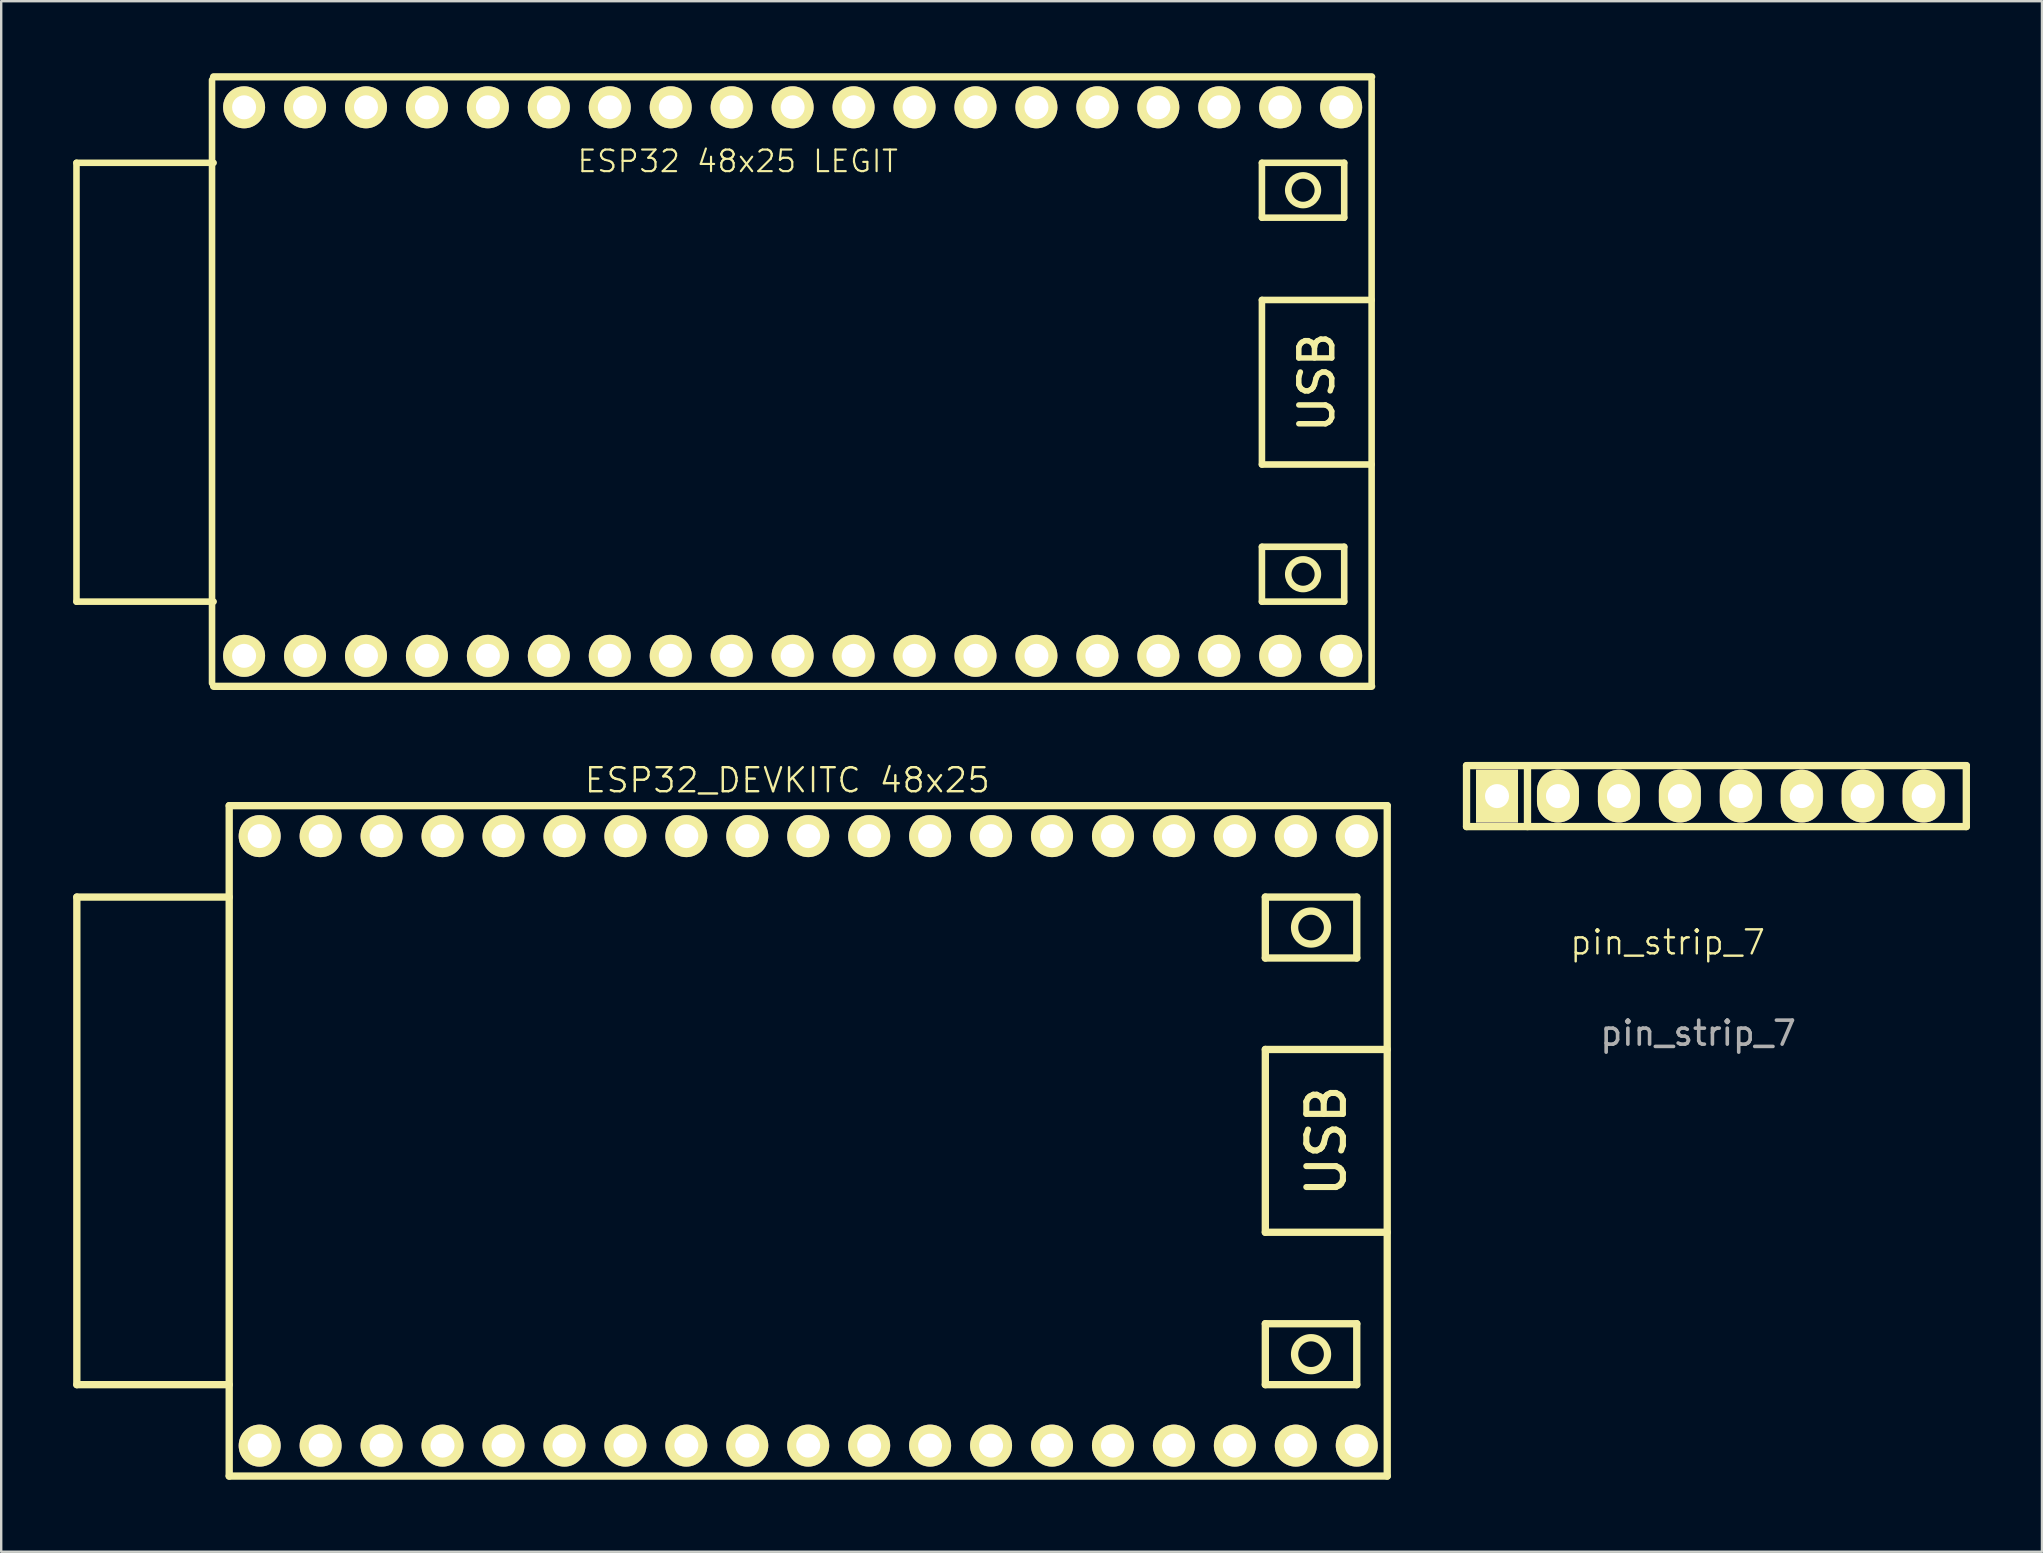
<source format=kicad_pcb>
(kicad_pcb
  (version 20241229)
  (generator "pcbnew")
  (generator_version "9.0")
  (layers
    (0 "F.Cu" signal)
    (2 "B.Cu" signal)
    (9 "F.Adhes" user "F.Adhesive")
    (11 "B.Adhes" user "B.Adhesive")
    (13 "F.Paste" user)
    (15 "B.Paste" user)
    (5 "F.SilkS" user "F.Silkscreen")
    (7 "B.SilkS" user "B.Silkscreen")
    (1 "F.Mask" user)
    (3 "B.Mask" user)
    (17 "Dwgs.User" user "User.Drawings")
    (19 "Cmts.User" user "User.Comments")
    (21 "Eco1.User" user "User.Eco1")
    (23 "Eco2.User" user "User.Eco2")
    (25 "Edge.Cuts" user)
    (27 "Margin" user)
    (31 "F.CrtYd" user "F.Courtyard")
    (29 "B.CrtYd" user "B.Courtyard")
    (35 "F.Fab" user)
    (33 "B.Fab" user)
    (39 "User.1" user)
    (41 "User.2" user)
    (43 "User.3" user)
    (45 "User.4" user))
  (footprint "ESP32_DEVKITC 48x25"
    (layer "F.Cu")
    (at 29.762 44.465)
    (property "Reference" "ESP32_DEVKITC 48x25" (at 0 -15 0) (unlocked yes) (layer "F.SilkS") (effects (font (size 1 1) (thickness 0.1))))
    (attr through_hole)
    (fp_line (start -29.61 -10.13) (end -29.61 10.19) (stroke (width 0.305) (type solid)) (layer "F.SilkS"))
    (fp_line (start -29.61 -10.13) (end -23.26 -10.13) (stroke (width 0.305) (type solid)) (layer "F.SilkS"))
    (fp_line (start -29.61 10.19) (end -23.26 10.19) (stroke (width 0.305) (type solid)) (layer "F.SilkS"))
    (fp_line (start -23.26 -13.94) (end -23.26 14) (stroke (width 0.305) (type solid)) (layer "F.SilkS"))
    (fp_line (start -23.26 -13.94) (end 25 -13.94) (stroke (width 0.305) (type solid)) (layer "F.SilkS"))
    (fp_line (start 19.92 -10.13) (end 19.92 -7.59) (stroke (width 0.305) (type solid)) (layer "F.SilkS"))
    (fp_line (start 19.92 -7.59) (end 23.73 -7.59) (stroke (width 0.305) (type solid)) (layer "F.SilkS"))
    (fp_line (start 19.92 -3.78) (end 19.92 3.84) (stroke (width 0.305) (type solid)) (layer "F.SilkS"))
    (fp_line (start 19.92 3.84) (end 25 3.84) (stroke (width 0.305) (type solid)) (layer "F.SilkS"))
    (fp_line (start 19.92 7.65) (end 23.73 7.65) (stroke (width 0.305) (type solid)) (layer "F.SilkS"))
    (fp_line (start 19.92 10.19) (end 19.92 7.65) (stroke (width 0.305) (type solid)) (layer "F.SilkS"))
    (fp_line (start 23.73 -10.13) (end 19.92 -10.13) (stroke (width 0.305) (type solid)) (layer "F.SilkS"))
    (fp_line (start 23.73 -7.59) (end 23.73 -10.13) (stroke (width 0.305) (type solid)) (layer "F.SilkS"))
    (fp_line (start 23.73 7.65) (end 23.73 10.19) (stroke (width 0.305) (type solid)) (layer "F.SilkS"))
    (fp_line (start 23.73 10.19) (end 19.92 10.19) (stroke (width 0.305) (type solid)) (layer "F.SilkS"))
    (fp_line (start 25 -3.78) (end 19.92 -3.78) (stroke (width 0.305) (type solid)) (layer "F.SilkS"))
    (fp_line (start 25 14) (end -23.26 14) (stroke (width 0.305) (type solid)) (layer "F.SilkS"))
    (fp_line (start 25 14) (end 25 -13.94) (stroke (width 0.305) (type solid)) (layer "F.SilkS"))
    (fp_circle (center 21.825 -8.86) (end 22.396 -8.479) (stroke (width 0.305) (type solid)) (fill no) (layer "F.SilkS"))
    (fp_circle (center 21.825 8.92) (end 22.396 9.301) (stroke (width 0.305) (type solid)) (fill no) (layer "F.SilkS"))
    (fp_text user "USB" (at 22.46 0.03 90) (layer "F.SilkS") (effects (font (size 1.524 1.524) (thickness 0.254))))
    (pad "1" thru_hole circle (at -21.99 12.73) (size 1.75 1.75) (drill 1) (layers "*.Cu" "*.Mask" "F.SilkS"))
    (pad "2" thru_hole circle (at -19.45 12.73) (size 1.75 1.75) (drill 1) (layers "*.Cu" "*.Mask" "F.SilkS"))
    (pad "3" thru_hole circle (at -16.91 12.73) (size 1.75 1.75) (drill 1) (layers "*.Cu" "*.Mask" "F.SilkS"))
    (pad "4" thru_hole circle (at -14.37 12.73) (size 1.75 1.75) (drill 1) (layers "*.Cu" "*.Mask" "F.SilkS"))
    (pad "5" thru_hole circle (at -11.83 12.73) (size 1.75 1.75) (drill 1) (layers "*.Cu" "*.Mask" "F.SilkS"))
    (pad "6" thru_hole circle (at -9.29 12.73) (size 1.75 1.75) (drill 1) (layers "*.Cu" "*.Mask" "F.SilkS"))
    (pad "7" thru_hole circle (at -6.75 12.73) (size 1.75 1.75) (drill 1) (layers "*.Cu" "*.Mask" "F.SilkS"))
    (pad "8" thru_hole circle (at -4.21 12.73) (size 1.75 1.75) (drill 1) (layers "*.Cu" "*.Mask" "F.SilkS"))
    (pad "9" thru_hole circle (at -1.67 12.73) (size 1.75 1.75) (drill 1) (layers "*.Cu" "*.Mask" "F.SilkS"))
    (pad "10" thru_hole circle (at 0.87 12.73) (size 1.75 1.75) (drill 1) (layers "*.Cu" "*.Mask" "F.SilkS"))
    (pad "11" thru_hole circle (at 3.41 12.73) (size 1.75 1.75) (drill 1) (layers "*.Cu" "*.Mask" "F.SilkS"))
    (pad "12" thru_hole circle (at 5.95 12.73) (size 1.75 1.75) (drill 1) (layers "*.Cu" "*.Mask" "F.SilkS"))
    (pad "13" thru_hole circle (at 8.49 12.73) (size 1.75 1.75) (drill 1) (layers "*.Cu" "*.Mask" "F.SilkS"))
    (pad "14" thru_hole circle (at 11.03 12.73) (size 1.75 1.75) (drill 1) (layers "*.Cu" "*.Mask" "F.SilkS"))
    (pad "15" thru_hole circle (at 13.57 12.73) (size 1.75 1.75) (drill 1) (layers "*.Cu" "*.Mask" "F.SilkS"))
    (pad "16" thru_hole circle (at 16.11 12.73) (size 1.75 1.75) (drill 1) (layers "*.Cu" "*.Mask" "F.SilkS"))
    (pad "17" thru_hole circle (at 18.65 12.73) (size 1.75 1.75) (drill 1) (layers "*.Cu" "*.Mask" "F.SilkS"))
    (pad "18" thru_hole circle (at 21.19 12.73) (size 1.75 1.75) (drill 1) (layers "*.Cu" "*.Mask" "F.SilkS"))
    (pad "19" thru_hole circle (at 23.73 12.73) (size 1.75 1.75) (drill 1) (layers "*.Cu" "*.Mask" "F.SilkS"))
    (pad "20" thru_hole circle (at 23.73 -12.67 180) (size 1.75 1.75) (drill 1) (layers "*.Cu" "*.Mask" "F.SilkS"))
    (pad "21" thru_hole circle (at 21.19 -12.67 180) (size 1.75 1.75) (drill 1) (layers "*.Cu" "*.Mask" "F.SilkS"))
    (pad "22" thru_hole circle (at 18.65 -12.67 180) (size 1.75 1.75) (drill 1) (layers "*.Cu" "*.Mask" "F.SilkS"))
    (pad "23" thru_hole circle (at 16.11 -12.67 180) (size 1.75 1.75) (drill 1) (layers "*.Cu" "*.Mask" "F.SilkS"))
    (pad "24" thru_hole circle (at 13.57 -12.67 180) (size 1.75 1.75) (drill 1) (layers "*.Cu" "*.Mask" "F.SilkS"))
    (pad "25" thru_hole circle (at 11.03 -12.67 180) (size 1.75 1.75) (drill 1) (layers "*.Cu" "*.Mask" "F.SilkS"))
    (pad "26" thru_hole circle (at 8.49 -12.67 180) (size 1.75 1.75) (drill 1) (layers "*.Cu" "*.Mask" "F.SilkS"))
    (pad "27" thru_hole circle (at 5.95 -12.67 180) (size 1.75 1.75) (drill 1) (layers "*.Cu" "*.Mask" "F.SilkS"))
    (pad "28" thru_hole circle (at 3.41 -12.67 180) (size 1.75 1.75) (drill 1) (layers "*.Cu" "*.Mask" "F.SilkS"))
    (pad "29" thru_hole circle (at 0.87 -12.67 180) (size 1.75 1.75) (drill 1) (layers "*.Cu" "*.Mask" "F.SilkS"))
    (pad "30" thru_hole circle (at -1.67 -12.67 180) (size 1.75 1.75) (drill 1) (layers "*.Cu" "*.Mask" "F.SilkS"))
    (pad "31" thru_hole circle (at -4.21 -12.67 180) (size 1.75 1.75) (drill 1) (layers "*.Cu" "*.Mask" "F.SilkS"))
    (pad "32" thru_hole circle (at -6.75 -12.67 180) (size 1.75 1.75) (drill 1) (layers "*.Cu" "*.Mask" "F.SilkS"))
    (pad "33" thru_hole circle (at -9.29 -12.67 180) (size 1.75 1.75) (drill 1) (layers "*.Cu" "*.Mask" "F.SilkS"))
    (pad "34" thru_hole circle (at -11.83 -12.67 180) (size 1.75 1.75) (drill 1) (layers "*.Cu" "*.Mask" "F.SilkS"))
    (pad "35" thru_hole circle (at -14.37 -12.67 180) (size 1.75 1.75) (drill 1) (layers "*.Cu" "*.Mask" "F.SilkS"))
    (pad "36" thru_hole circle (at -16.91 -12.67 180) (size 1.75 1.75) (drill 1) (layers "*.Cu" "*.Mask" "F.SilkS"))
    (pad "37" thru_hole circle (at -19.45 -12.67 180) (size 1.75 1.75) (drill 1) (layers "*.Cu" "*.Mask" "F.SilkS"))
    (pad "38" thru_hole circle (at -21.99 -12.67 180) (size 1.75 1.75) (drill 1) (layers "*.Cu" "*.Mask" "F.SilkS")))
  (footprint "pin_strip_7"
    (layer "F.Cu")
    (at 68.227 31.397)
    (property "Reference" "pin_strip_7" (at -1.778 4.826 0) (unlocked yes) (layer "F.SilkS") (effects (font (size 1 1) (thickness 0.1))))
    (attr through_hole)
    (fp_line (start -10.16 -2.54) (end 10.668 -2.54) (stroke (width 0.305) (type solid)) (layer "F.SilkS"))
    (fp_line (start -10.16 0) (end -10.16 -2.54) (stroke (width 0.305) (type solid)) (layer "F.SilkS"))
    (fp_line (start -7.62 -2.54) (end -7.62 0) (stroke (width 0.305) (type solid)) (layer "F.SilkS"))
    (fp_line (start 10.668 -2.54) (end 10.668 0) (stroke (width 0.305) (type solid)) (layer "F.SilkS"))
    (fp_line (start 10.668 0) (end -10.16 0) (stroke (width 0.305) (type solid)) (layer "F.SilkS"))
    (fp_text user "${REFERENCE}" (at -0.508 8.612 0) (unlocked yes) (layer "F.Fab") (effects (font (size 1 1) (thickness 0.15))))
    (pad "1" thru_hole rect (at -8.89 -1.27) (size 1.75 2.2) (drill 1.001) (layers "*.Cu" "*.Mask" "F.SilkS"))
    (pad "2" thru_hole oval (at -6.35 -1.27) (size 1.75 2.2) (drill 1.001) (layers "*.Cu" "*.Mask" "F.SilkS"))
    (pad "3" thru_hole oval (at -3.81 -1.27) (size 1.75 2.2) (drill 1.001) (layers "*.Cu" "*.Mask" "F.SilkS"))
    (pad "3" thru_hole oval (at 1.27 -1.27) (size 1.75 2.2) (drill 1.001) (layers "*.Cu" "*.Mask" "F.SilkS"))
    (pad "3" thru_hole oval (at 6.35 -1.27) (size 1.75 2.2) (drill 1.001) (layers "*.Cu" "*.Mask" "F.SilkS"))
    (pad "4" thru_hole oval (at -1.27 -1.27) (size 1.75 2.2) (drill 1.001) (layers "*.Cu" "*.Mask" "F.SilkS"))
    (pad "4" thru_hole oval (at 3.81 -1.27) (size 1.75 2.2) (drill 1.001) (layers "*.Cu" "*.Mask" "F.SilkS"))
    (pad "4" thru_hole oval (at 8.89 -1.27) (size 1.75 2.2) (drill 1.001) (layers "*.Cu" "*.Mask" "F.SilkS")))
  (footprint "ESP32 48x25 LEGIT"
    (layer "F.Cu")
    (at 27.95 13.106)
    (property "Reference" "ESP32 48x25 LEGIT" (at -0.254 -9.436 0) (unlocked yes) (layer "F.SilkS") (effects (font (size 0.9 0.9) (thickness 0.09))))
    (attr through_hole)
    (fp_line (start -27.813 -9.371) (end -27.813 8.917) (stroke (width 0.274) (type solid)) (layer "F.SilkS"))
    (fp_line (start -27.813 -9.371) (end -22.098 -9.371) (stroke (width 0.274) (type solid)) (layer "F.SilkS"))
    (fp_line (start -27.813 8.917) (end -22.098 8.917) (stroke (width 0.274) (type solid)) (layer "F.SilkS"))
    (fp_line (start -22.164 -12.827) (end -22.164 12.319) (stroke (width 0.274) (type solid)) (layer "F.SilkS"))
    (fp_line (start -22.098 -12.954) (end 26.162 -12.954) (stroke (width 0.305) (type solid)) (layer "F.SilkS"))
    (fp_line (start 21.59 -9.371) (end 21.59 -7.085) (stroke (width 0.274) (type solid)) (layer "F.SilkS"))
    (fp_line (start 21.59 -7.085) (end 25.019 -7.085) (stroke (width 0.274) (type solid)) (layer "F.SilkS"))
    (fp_line (start 21.59 -3.656) (end 21.59 3.202) (stroke (width 0.274) (type solid)) (layer "F.SilkS"))
    (fp_line (start 21.59 3.202) (end 26.162 3.202) (stroke (width 0.274) (type solid)) (layer "F.SilkS"))
    (fp_line (start 21.59 6.631) (end 25.019 6.631) (stroke (width 0.274) (type solid)) (layer "F.SilkS"))
    (fp_line (start 21.59 8.917) (end 21.59 6.631) (stroke (width 0.274) (type solid)) (layer "F.SilkS"))
    (fp_line (start 25.019 -9.371) (end 21.59 -9.371) (stroke (width 0.274) (type solid)) (layer "F.SilkS"))
    (fp_line (start 25.019 -7.085) (end 25.019 -9.371) (stroke (width 0.274) (type solid)) (layer "F.SilkS"))
    (fp_line (start 25.019 6.631) (end 25.019 8.917) (stroke (width 0.274) (type solid)) (layer "F.SilkS"))
    (fp_line (start 25.019 8.917) (end 21.59 8.917) (stroke (width 0.274) (type solid)) (layer "F.SilkS"))
    (fp_line (start 26.162 -3.656) (end 21.59 -3.656) (stroke (width 0.274) (type solid)) (layer "F.SilkS"))
    (fp_line (start 26.162 12.346) (end 26.162 -12.8) (stroke (width 0.274) (type solid)) (layer "F.SilkS"))
    (fp_line (start 26.162 12.446) (end -22.098 12.446) (stroke (width 0.305) (type solid)) (layer "F.SilkS"))
    (fp_circle (center 23.305 -8.228) (end 23.819 -7.885) (stroke (width 0.274) (type solid)) (fill no) (layer "F.SilkS"))
    (fp_circle (center 23.305 7.774) (end 23.819 8.117) (stroke (width 0.274) (type solid)) (fill no) (layer "F.SilkS"))
    (fp_text user "USB" (at 23.876 -0.227 90) (layer "F.SilkS") (effects (font (size 1.372 1.372) (thickness 0.229))))
    (pad "1" thru_hole circle (at -20.828 11.176) (size 1.75 1.75) (drill 1) (layers "*.Cu" "*.Mask" "F.SilkS"))
    (pad "2" thru_hole circle (at -18.288 11.176) (size 1.75 1.75) (drill 1) (layers "*.Cu" "*.Mask" "F.SilkS"))
    (pad "3" thru_hole circle (at -15.748 11.176) (size 1.75 1.75) (drill 1) (layers "*.Cu" "*.Mask" "F.SilkS"))
    (pad "4" thru_hole circle (at -13.208 11.176) (size 1.75 1.75) (drill 1) (layers "*.Cu" "*.Mask" "F.SilkS"))
    (pad "5" thru_hole circle (at -10.668 11.176) (size 1.75 1.75) (drill 1) (layers "*.Cu" "*.Mask" "F.SilkS"))
    (pad "6" thru_hole circle (at -8.128 11.176) (size 1.75 1.75) (drill 1) (layers "*.Cu" "*.Mask" "F.SilkS"))
    (pad "7" thru_hole circle (at -5.588 11.176) (size 1.75 1.75) (drill 1) (layers "*.Cu" "*.Mask" "F.SilkS"))
    (pad "8" thru_hole circle (at -3.048 11.176) (size 1.75 1.75) (drill 1) (layers "*.Cu" "*.Mask" "F.SilkS"))
    (pad "9" thru_hole circle (at -0.508 11.176) (size 1.75 1.75) (drill 1) (layers "*.Cu" "*.Mask" "F.SilkS"))
    (pad "10" thru_hole circle (at 2.032 11.176) (size 1.75 1.75) (drill 1) (layers "*.Cu" "*.Mask" "F.SilkS"))
    (pad "11" thru_hole circle (at 4.572 11.176) (size 1.75 1.75) (drill 1) (layers "*.Cu" "*.Mask" "F.SilkS"))
    (pad "12" thru_hole circle (at 7.112 11.176) (size 1.75 1.75) (drill 1) (layers "*.Cu" "*.Mask" "F.SilkS"))
    (pad "13" thru_hole circle (at 9.652 11.176) (size 1.75 1.75) (drill 1) (layers "*.Cu" "*.Mask" "F.SilkS"))
    (pad "14" thru_hole circle (at 12.192 11.176) (size 1.75 1.75) (drill 1) (layers "*.Cu" "*.Mask" "F.SilkS"))
    (pad "15" thru_hole circle (at 14.732 11.176) (size 1.75 1.75) (drill 1) (layers "*.Cu" "*.Mask" "F.SilkS"))
    (pad "16" thru_hole circle (at 17.272 11.176) (size 1.75 1.75) (drill 1) (layers "*.Cu" "*.Mask" "F.SilkS"))
    (pad "17" thru_hole circle (at 19.812 11.176) (size 1.75 1.75) (drill 1) (layers "*.Cu" "*.Mask" "F.SilkS"))
    (pad "18" thru_hole circle (at 22.352 11.176) (size 1.75 1.75) (drill 1) (layers "*.Cu" "*.Mask" "F.SilkS"))
    (pad "19" thru_hole circle (at 24.892 11.176) (size 1.75 1.75) (drill 1) (layers "*.Cu" "*.Mask" "F.SilkS"))
    (pad "20" thru_hole circle (at 24.892 -11.684 180) (size 1.75 1.75) (drill 1) (layers "*.Cu" "*.Mask" "F.SilkS"))
    (pad "21" thru_hole circle (at 22.352 -11.684 180) (size 1.75 1.75) (drill 1) (layers "*.Cu" "*.Mask" "F.SilkS"))
    (pad "22" thru_hole circle (at 19.812 -11.684 180) (size 1.75 1.75) (drill 1) (layers "*.Cu" "*.Mask" "F.SilkS"))
    (pad "23" thru_hole circle (at 17.272 -11.684 180) (size 1.75 1.75) (drill 1) (layers "*.Cu" "*.Mask" "F.SilkS"))
    (pad "24" thru_hole circle (at 14.732 -11.684 180) (size 1.75 1.75) (drill 1) (layers "*.Cu" "*.Mask" "F.SilkS"))
    (pad "25" thru_hole circle (at 12.192 -11.684 180) (size 1.75 1.75) (drill 1) (layers "*.Cu" "*.Mask" "F.SilkS"))
    (pad "26" thru_hole circle (at 9.652 -11.684 180) (size 1.75 1.75) (drill 1) (layers "*.Cu" "*.Mask" "F.SilkS"))
    (pad "27" thru_hole circle (at 7.112 -11.684 180) (size 1.75 1.75) (drill 1) (layers "*.Cu" "*.Mask" "F.SilkS"))
    (pad "28" thru_hole circle (at 4.572 -11.684 180) (size 1.75 1.75) (drill 1) (layers "*.Cu" "*.Mask" "F.SilkS"))
    (pad "29" thru_hole circle (at 2.032 -11.684 180) (size 1.75 1.75) (drill 1) (layers "*.Cu" "*.Mask" "F.SilkS"))
    (pad "30" thru_hole circle (at -0.508 -11.684 180) (size 1.75 1.75) (drill 1) (layers "*.Cu" "*.Mask" "F.SilkS"))
    (pad "31" thru_hole circle (at -3.048 -11.684 180) (size 1.75 1.75) (drill 1) (layers "*.Cu" "*.Mask" "F.SilkS"))
    (pad "32" thru_hole circle (at -5.588 -11.684 180) (size 1.75 1.75) (drill 1) (layers "*.Cu" "*.Mask" "F.SilkS"))
    (pad "33" thru_hole circle (at -8.128 -11.684 180) (size 1.75 1.75) (drill 1) (layers "*.Cu" "*.Mask" "F.SilkS"))
    (pad "34" thru_hole circle (at -10.668 -11.684 180) (size 1.75 1.75) (drill 1) (layers "*.Cu" "*.Mask" "F.SilkS"))
    (pad "35" thru_hole circle (at -13.208 -11.684 180) (size 1.75 1.75) (drill 1) (layers "*.Cu" "*.Mask" "F.SilkS"))
    (pad "36" thru_hole circle (at -15.748 -11.684 180) (size 1.75 1.75) (drill 1) (layers "*.Cu" "*.Mask" "F.SilkS"))
    (pad "37" thru_hole circle (at -18.288 -11.684 180) (size 1.75 1.75) (drill 1) (layers "*.Cu" "*.Mask" "F.SilkS"))
    (pad "38" thru_hole circle (at -20.828 -11.684 180) (size 1.75 1.75) (drill 1) (layers "*.Cu" "*.Mask" "F.SilkS")))
  (gr_rect
    (start -3 -3)
    (end 82.048 61.618)
    (stroke (width 0.1) (type default))
    (fill no)
    (layer "Edge.Cuts")))
</source>
